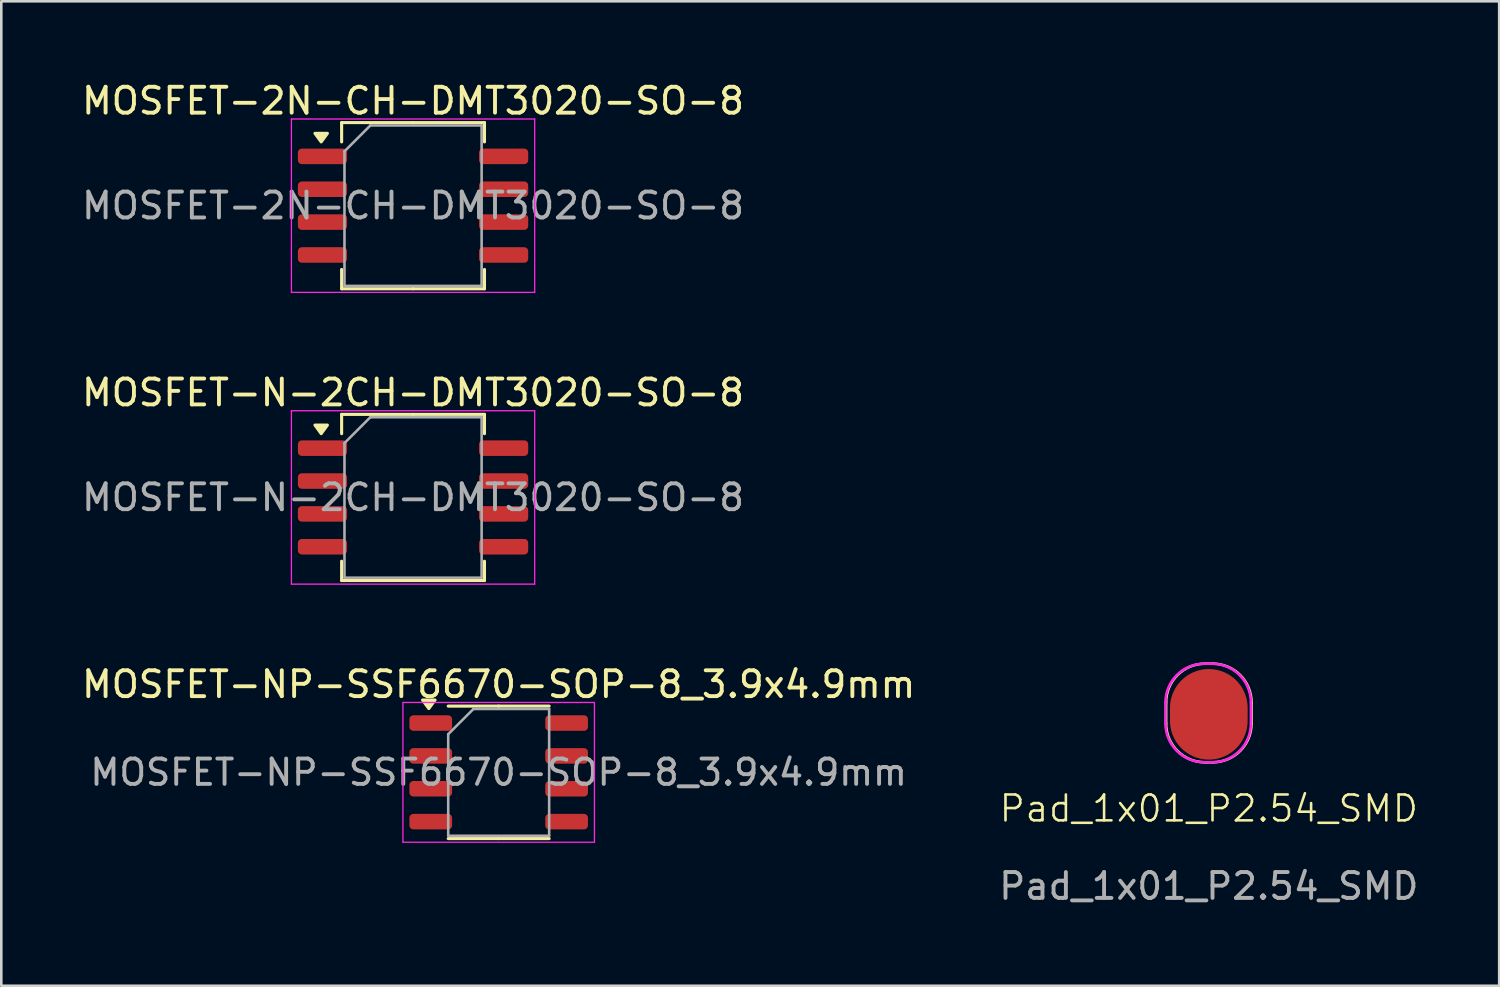
<source format=kicad_pcb>
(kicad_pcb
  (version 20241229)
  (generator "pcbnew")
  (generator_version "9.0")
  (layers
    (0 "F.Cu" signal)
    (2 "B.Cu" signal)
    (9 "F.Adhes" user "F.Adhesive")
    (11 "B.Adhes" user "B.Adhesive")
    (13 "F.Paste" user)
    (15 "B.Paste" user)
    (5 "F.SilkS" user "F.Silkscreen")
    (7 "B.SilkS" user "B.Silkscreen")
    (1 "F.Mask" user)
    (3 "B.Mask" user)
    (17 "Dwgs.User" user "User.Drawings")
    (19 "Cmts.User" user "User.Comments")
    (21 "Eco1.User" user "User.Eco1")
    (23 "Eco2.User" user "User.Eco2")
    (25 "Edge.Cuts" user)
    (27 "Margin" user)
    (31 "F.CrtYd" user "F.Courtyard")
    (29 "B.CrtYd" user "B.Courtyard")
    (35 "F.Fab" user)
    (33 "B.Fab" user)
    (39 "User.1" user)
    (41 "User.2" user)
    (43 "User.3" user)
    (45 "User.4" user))
  (footprint "Pad_1x01_P2.54_SMD"
    (layer "F.Cu")
    (at 43.661 28.692)
    (property "Reference" "Pad_1x01_P2.54_SMD" (at 0 -0.5 0) (unlocked yes) (layer "F.SilkS") (effects (font (size 1 1) (thickness 0.1))))
    (attr smd)
    (fp_line (start -1.651 -3.786) (end -1.651 -4.596) (stroke (width 0.1) (type default)) (layer "F.SilkS"))
    (fp_line (start -0.151 -6.096) (end 0.151 -6.096) (stroke (width 0.1) (type default)) (layer "F.SilkS"))
    (fp_line (start 0.151 -2.286) (end -0.151 -2.286) (stroke (width 0.1) (type default)) (layer "F.SilkS"))
    (fp_line (start 1.651 -4.596) (end 1.651 -3.786) (stroke (width 0.1) (type default)) (layer "F.SilkS"))
    (fp_arc (start -1.651 -4.596) (mid -1.21166 -5.65666) (end -0.151 -6.096) (stroke (width 0.1) (type default)) (layer "F.SilkS"))
    (fp_arc (start -0.151 -2.286) (mid -1.21166 -2.72534) (end -1.651 -3.786) (stroke (width 0.1) (type default)) (layer "F.SilkS"))
    (fp_arc (start 0.151 -6.096) (mid 1.21166 -5.65666) (end 1.651 -4.596) (stroke (width 0.1) (type default)) (layer "F.SilkS"))
    (fp_arc (start 1.651 -3.786) (mid 1.21166 -2.72534) (end 0.151 -2.286) (stroke (width 0.1) (type default)) (layer "F.SilkS"))
    (fp_line (start -1.675 -3.786) (end -1.675 -4.596) (stroke (width 0.1) (type default)) (layer "F.CrtYd"))
    (fp_line (start -0.175 -6.096) (end 0.127 -6.096) (stroke (width 0.1) (type default)) (layer "F.CrtYd"))
    (fp_line (start 0.127 -2.286) (end -0.175 -2.286) (stroke (width 0.1) (type default)) (layer "F.CrtYd"))
    (fp_line (start 1.627 -4.596) (end 1.627 -3.786) (stroke (width 0.1) (type default)) (layer "F.CrtYd"))
    (fp_arc (start -1.675 -4.596) (mid -1.23566 -5.65666) (end -0.175 -6.096) (stroke (width 0.1) (type default)) (layer "F.CrtYd"))
    (fp_arc (start -0.175 -2.286) (mid -1.23566 -2.72534) (end -1.675 -3.786) (stroke (width 0.1) (type default)) (layer "F.CrtYd"))
    (fp_arc (start 0.127 -6.096) (mid 1.18766 -5.65666) (end 1.627 -4.596) (stroke (width 0.1) (type default)) (layer "F.CrtYd"))
    (fp_arc (start 1.627 -3.786) (mid 1.18766 -2.725339) (end 0.127 -2.286) (stroke (width 0.1) (type default)) (layer "F.CrtYd"))
    (fp_text user "${REFERENCE}" (at 0 2.5 0) (unlocked yes) (layer "F.Fab") (effects (font (size 1 1) (thickness 0.15))))
    (pad "1" smd oval (at 0 -4.139) (size 3 3.5) (layers "F.Cu" "F.Mask" "F.Paste")))
  (footprint "MOSFET-NP-SSF6670-SOP-8_3.9x4.9mm"
    (layer "F.Cu")
    (at 16.22 26.795)
    (property "Reference" "MOSFET-NP-SSF6670-SOP-8_3.9x4.9mm" (at 0 -3.4 0) (layer "F.SilkS") (effects (font (size 1 1) (thickness 0.15))))
    (attr smd)
    (fp_line (start 0 -2.56) (end -1.95 -2.56) (stroke (width 0.12) (type solid)) (layer "F.SilkS"))
    (fp_line (start 0 -2.56) (end 1.95 -2.56) (stroke (width 0.12) (type solid)) (layer "F.SilkS"))
    (fp_line (start 0 2.56) (end -1.95 2.56) (stroke (width 0.12) (type solid)) (layer "F.SilkS"))
    (fp_line (start 0 2.56) (end 1.95 2.56) (stroke (width 0.12) (type solid)) (layer "F.SilkS"))
    (fp_poly (pts (xy -2.7 -2.465) (xy -2.94 -2.795) (xy -2.46 -2.795) (xy -2.7 -2.465)) (stroke (width 0.12) (type solid)) (fill yes) (layer "F.SilkS"))
    (fp_line (start -3.7 -2.7) (end -3.7 2.7) (stroke (width 0.05) (type solid)) (layer "F.CrtYd"))
    (fp_line (start -3.7 2.7) (end 3.7 2.7) (stroke (width 0.05) (type solid)) (layer "F.CrtYd"))
    (fp_line (start 3.7 -2.7) (end -3.7 -2.7) (stroke (width 0.05) (type solid)) (layer "F.CrtYd"))
    (fp_line (start 3.7 2.7) (end 3.7 -2.7) (stroke (width 0.05) (type solid)) (layer "F.CrtYd"))
    (fp_line (start -1.95 -1.475) (end -0.975 -2.45) (stroke (width 0.1) (type solid)) (layer "F.Fab"))
    (fp_line (start -1.95 2.45) (end -1.95 -1.475) (stroke (width 0.1) (type solid)) (layer "F.Fab"))
    (fp_line (start -0.975 -2.45) (end 1.95 -2.45) (stroke (width 0.1) (type solid)) (layer "F.Fab"))
    (fp_line (start 1.95 -2.45) (end 1.95 2.45) (stroke (width 0.1) (type solid)) (layer "F.Fab"))
    (fp_line (start 1.95 2.45) (end -1.95 2.45) (stroke (width 0.1) (type solid)) (layer "F.Fab"))
    (fp_text user "${REFERENCE}" (at 0 0 0) (layer "F.Fab") (effects (font (size 0.98 0.98) (thickness 0.15))))
    (pad "1" smd roundrect (at -2.625 -1.905) (size 1.65 0.6) (layers "F.Cu" "F.Mask" "F.Paste") (roundrect_rratio 0.25))
    (pad "2" smd roundrect (at -2.625 -0.635) (size 1.65 0.6) (layers "F.Cu" "F.Mask" "F.Paste") (roundrect_rratio 0.25))
    (pad "3" smd roundrect (at -2.625 0.635) (size 1.65 0.6) (layers "F.Cu" "F.Mask" "F.Paste") (roundrect_rratio 0.25))
    (pad "4" smd roundrect (at -2.625 1.905) (size 1.65 0.6) (layers "F.Cu" "F.Mask" "F.Paste") (roundrect_rratio 0.25))
    (pad "5" smd roundrect (at 2.625 1.905) (size 1.65 0.6) (layers "F.Cu" "F.Mask" "F.Paste") (roundrect_rratio 0.25))
    (pad "6" smd roundrect (at 2.625 0.635) (size 1.65 0.6) (layers "F.Cu" "F.Mask" "F.Paste") (roundrect_rratio 0.25))
    (pad "7" smd roundrect (at 2.625 -0.635) (size 1.65 0.6) (layers "F.Cu" "F.Mask" "F.Paste") (roundrect_rratio 0.25))
    (pad "8" smd roundrect (at 2.625 -1.905) (size 1.65 0.6) (layers "F.Cu" "F.Mask" "F.Paste") (roundrect_rratio 0.25)))
  (footprint "MOSFET-N-2CH-DMT3020-SO-8"
    (layer "F.Cu")
    (at 12.911 16.172)
    (property "Reference" "MOSFET-N-2CH-DMT3020-SO-8" (at 0 -4.05 0) (layer "F.SilkS") (effects (font (size 1 1) (thickness 0.15))))
    (attr smd)
    (fp_line (start -2.76 -3.21) (end -2.76 -2.465) (stroke (width 0.12) (type solid)) (layer "F.SilkS"))
    (fp_line (start -2.76 3.21) (end -2.76 2.465) (stroke (width 0.12) (type solid)) (layer "F.SilkS"))
    (fp_line (start 0 -3.21) (end -2.76 -3.21) (stroke (width 0.12) (type solid)) (layer "F.SilkS"))
    (fp_line (start 0 -3.21) (end 2.76 -3.21) (stroke (width 0.12) (type solid)) (layer "F.SilkS"))
    (fp_line (start 0 3.21) (end -2.76 3.21) (stroke (width 0.12) (type solid)) (layer "F.SilkS"))
    (fp_line (start 0 3.21) (end 2.76 3.21) (stroke (width 0.12) (type solid)) (layer "F.SilkS"))
    (fp_line (start 2.76 -3.21) (end 2.76 -2.465) (stroke (width 0.12) (type solid)) (layer "F.SilkS"))
    (fp_line (start 2.76 3.21) (end 2.76 2.465) (stroke (width 0.12) (type solid)) (layer "F.SilkS"))
    (fp_poly (pts (xy -3.55 -2.465) (xy -3.79 -2.795) (xy -3.31 -2.795) (xy -3.55 -2.465)) (stroke (width 0.12) (type solid)) (fill yes) (layer "F.SilkS"))
    (fp_line (start -4.7 -3.35) (end -4.7 3.35) (stroke (width 0.05) (type solid)) (layer "F.CrtYd"))
    (fp_line (start -4.7 3.35) (end 4.7 3.35) (stroke (width 0.05) (type solid)) (layer "F.CrtYd"))
    (fp_line (start 4.7 -3.35) (end -4.7 -3.35) (stroke (width 0.05) (type solid)) (layer "F.CrtYd"))
    (fp_line (start 4.7 3.35) (end 4.7 -3.35) (stroke (width 0.05) (type solid)) (layer "F.CrtYd"))
    (fp_line (start -2.65 -2.1) (end -1.65 -3.1) (stroke (width 0.1) (type solid)) (layer "F.Fab"))
    (fp_line (start -2.65 3.1) (end -2.65 -2.1) (stroke (width 0.1) (type solid)) (layer "F.Fab"))
    (fp_line (start -1.65 -3.1) (end 2.65 -3.1) (stroke (width 0.1) (type solid)) (layer "F.Fab"))
    (fp_line (start 2.65 -3.1) (end 2.65 3.1) (stroke (width 0.1) (type solid)) (layer "F.Fab"))
    (fp_line (start 2.65 3.1) (end -2.65 3.1) (stroke (width 0.1) (type solid)) (layer "F.Fab"))
    (fp_text user "${REFERENCE}" (at 0 0 0) (layer "F.Fab") (effects (font (size 1 1) (thickness 0.15))))
    (pad "1" smd roundrect (at -3.5 -1.905) (size 1.9 0.6) (layers "F.Cu" "F.Mask" "F.Paste") (roundrect_rratio 0.25))
    (pad "2" smd roundrect (at -3.5 -0.635) (size 1.9 0.6) (layers "F.Cu" "F.Mask" "F.Paste") (roundrect_rratio 0.25))
    (pad "3" smd roundrect (at -3.5 0.635) (size 1.9 0.6) (layers "F.Cu" "F.Mask" "F.Paste") (roundrect_rratio 0.25))
    (pad "4" smd roundrect (at -3.5 1.905) (size 1.9 0.6) (layers "F.Cu" "F.Mask" "F.Paste") (roundrect_rratio 0.25))
    (pad "5" smd roundrect (at 3.5 1.905) (size 1.9 0.6) (layers "F.Cu" "F.Mask" "F.Paste") (roundrect_rratio 0.25))
    (pad "6" smd roundrect (at 3.5 0.635) (size 1.9 0.6) (layers "F.Cu" "F.Mask" "F.Paste") (roundrect_rratio 0.25))
    (pad "7" smd roundrect (at 3.5 -0.635) (size 1.9 0.6) (layers "F.Cu" "F.Mask" "F.Paste") (roundrect_rratio 0.25))
    (pad "8" smd roundrect (at 3.5 -1.905) (size 1.9 0.6) (layers "F.Cu" "F.Mask" "F.Paste") (roundrect_rratio 0.25)))
  (footprint "MOSFET-2N-CH-DMT3020-SO-8"
    (layer "F.Cu")
    (at 12.911 4.898)
    (property "Reference" "MOSFET-2N-CH-DMT3020-SO-8" (at 0 -4.05 0) (layer "F.SilkS") (effects (font (size 1 1) (thickness 0.15))))
    (attr smd)
    (fp_line (start -2.76 -3.21) (end -2.76 -2.465) (stroke (width 0.12) (type solid)) (layer "F.SilkS"))
    (fp_line (start -2.76 3.21) (end -2.76 2.465) (stroke (width 0.12) (type solid)) (layer "F.SilkS"))
    (fp_line (start 0 -3.21) (end -2.76 -3.21) (stroke (width 0.12) (type solid)) (layer "F.SilkS"))
    (fp_line (start 0 -3.21) (end 2.76 -3.21) (stroke (width 0.12) (type solid)) (layer "F.SilkS"))
    (fp_line (start 0 3.21) (end -2.76 3.21) (stroke (width 0.12) (type solid)) (layer "F.SilkS"))
    (fp_line (start 0 3.21) (end 2.76 3.21) (stroke (width 0.12) (type solid)) (layer "F.SilkS"))
    (fp_line (start 2.76 -3.21) (end 2.76 -2.465) (stroke (width 0.12) (type solid)) (layer "F.SilkS"))
    (fp_line (start 2.76 3.21) (end 2.76 2.465) (stroke (width 0.12) (type solid)) (layer "F.SilkS"))
    (fp_poly (pts (xy -3.55 -2.465) (xy -3.79 -2.795) (xy -3.31 -2.795) (xy -3.55 -2.465)) (stroke (width 0.12) (type solid)) (fill yes) (layer "F.SilkS"))
    (fp_line (start -4.7 -3.35) (end -4.7 3.35) (stroke (width 0.05) (type solid)) (layer "F.CrtYd"))
    (fp_line (start -4.7 3.35) (end 4.7 3.35) (stroke (width 0.05) (type solid)) (layer "F.CrtYd"))
    (fp_line (start 4.7 -3.35) (end -4.7 -3.35) (stroke (width 0.05) (type solid)) (layer "F.CrtYd"))
    (fp_line (start 4.7 3.35) (end 4.7 -3.35) (stroke (width 0.05) (type solid)) (layer "F.CrtYd"))
    (fp_line (start -2.65 -2.1) (end -1.65 -3.1) (stroke (width 0.1) (type solid)) (layer "F.Fab"))
    (fp_line (start -2.65 3.1) (end -2.65 -2.1) (stroke (width 0.1) (type solid)) (layer "F.Fab"))
    (fp_line (start -1.65 -3.1) (end 2.65 -3.1) (stroke (width 0.1) (type solid)) (layer "F.Fab"))
    (fp_line (start 2.65 -3.1) (end 2.65 3.1) (stroke (width 0.1) (type solid)) (layer "F.Fab"))
    (fp_line (start 2.65 3.1) (end -2.65 3.1) (stroke (width 0.1) (type solid)) (layer "F.Fab"))
    (fp_text user "${REFERENCE}" (at 0 0 0) (layer "F.Fab") (effects (font (size 1 1) (thickness 0.15))))
    (pad "1" smd roundrect (at -3.5 -1.905) (size 1.9 0.6) (layers "F.Cu" "F.Mask" "F.Paste") (roundrect_rratio 0.25))
    (pad "2" smd roundrect (at -3.5 -0.635) (size 1.9 0.6) (layers "F.Cu" "F.Mask" "F.Paste") (roundrect_rratio 0.25))
    (pad "3" smd roundrect (at -3.5 0.635) (size 1.9 0.6) (layers "F.Cu" "F.Mask" "F.Paste") (roundrect_rratio 0.25))
    (pad "4" smd roundrect (at -3.5 1.905) (size 1.9 0.6) (layers "F.Cu" "F.Mask" "F.Paste") (roundrect_rratio 0.25))
    (pad "5" smd roundrect (at 3.5 1.905) (size 1.9 0.6) (layers "F.Cu" "F.Mask" "F.Paste") (roundrect_rratio 0.25))
    (pad "6" smd roundrect (at 3.5 0.635) (size 1.9 0.6) (layers "F.Cu" "F.Mask" "F.Paste") (roundrect_rratio 0.25))
    (pad "7" smd roundrect (at 3.5 -0.635) (size 1.9 0.6) (layers "F.Cu" "F.Mask" "F.Paste") (roundrect_rratio 0.25))
    (pad "8" smd roundrect (at 3.5 -1.905) (size 1.9 0.6) (layers "F.Cu" "F.Mask" "F.Paste") (roundrect_rratio 0.25)))
  (gr_rect
    (start -3 -3)
    (end 54.881 35.041)
    (stroke (width 0.1) (type default))
    (fill no)
    (layer "Edge.Cuts")))
</source>
